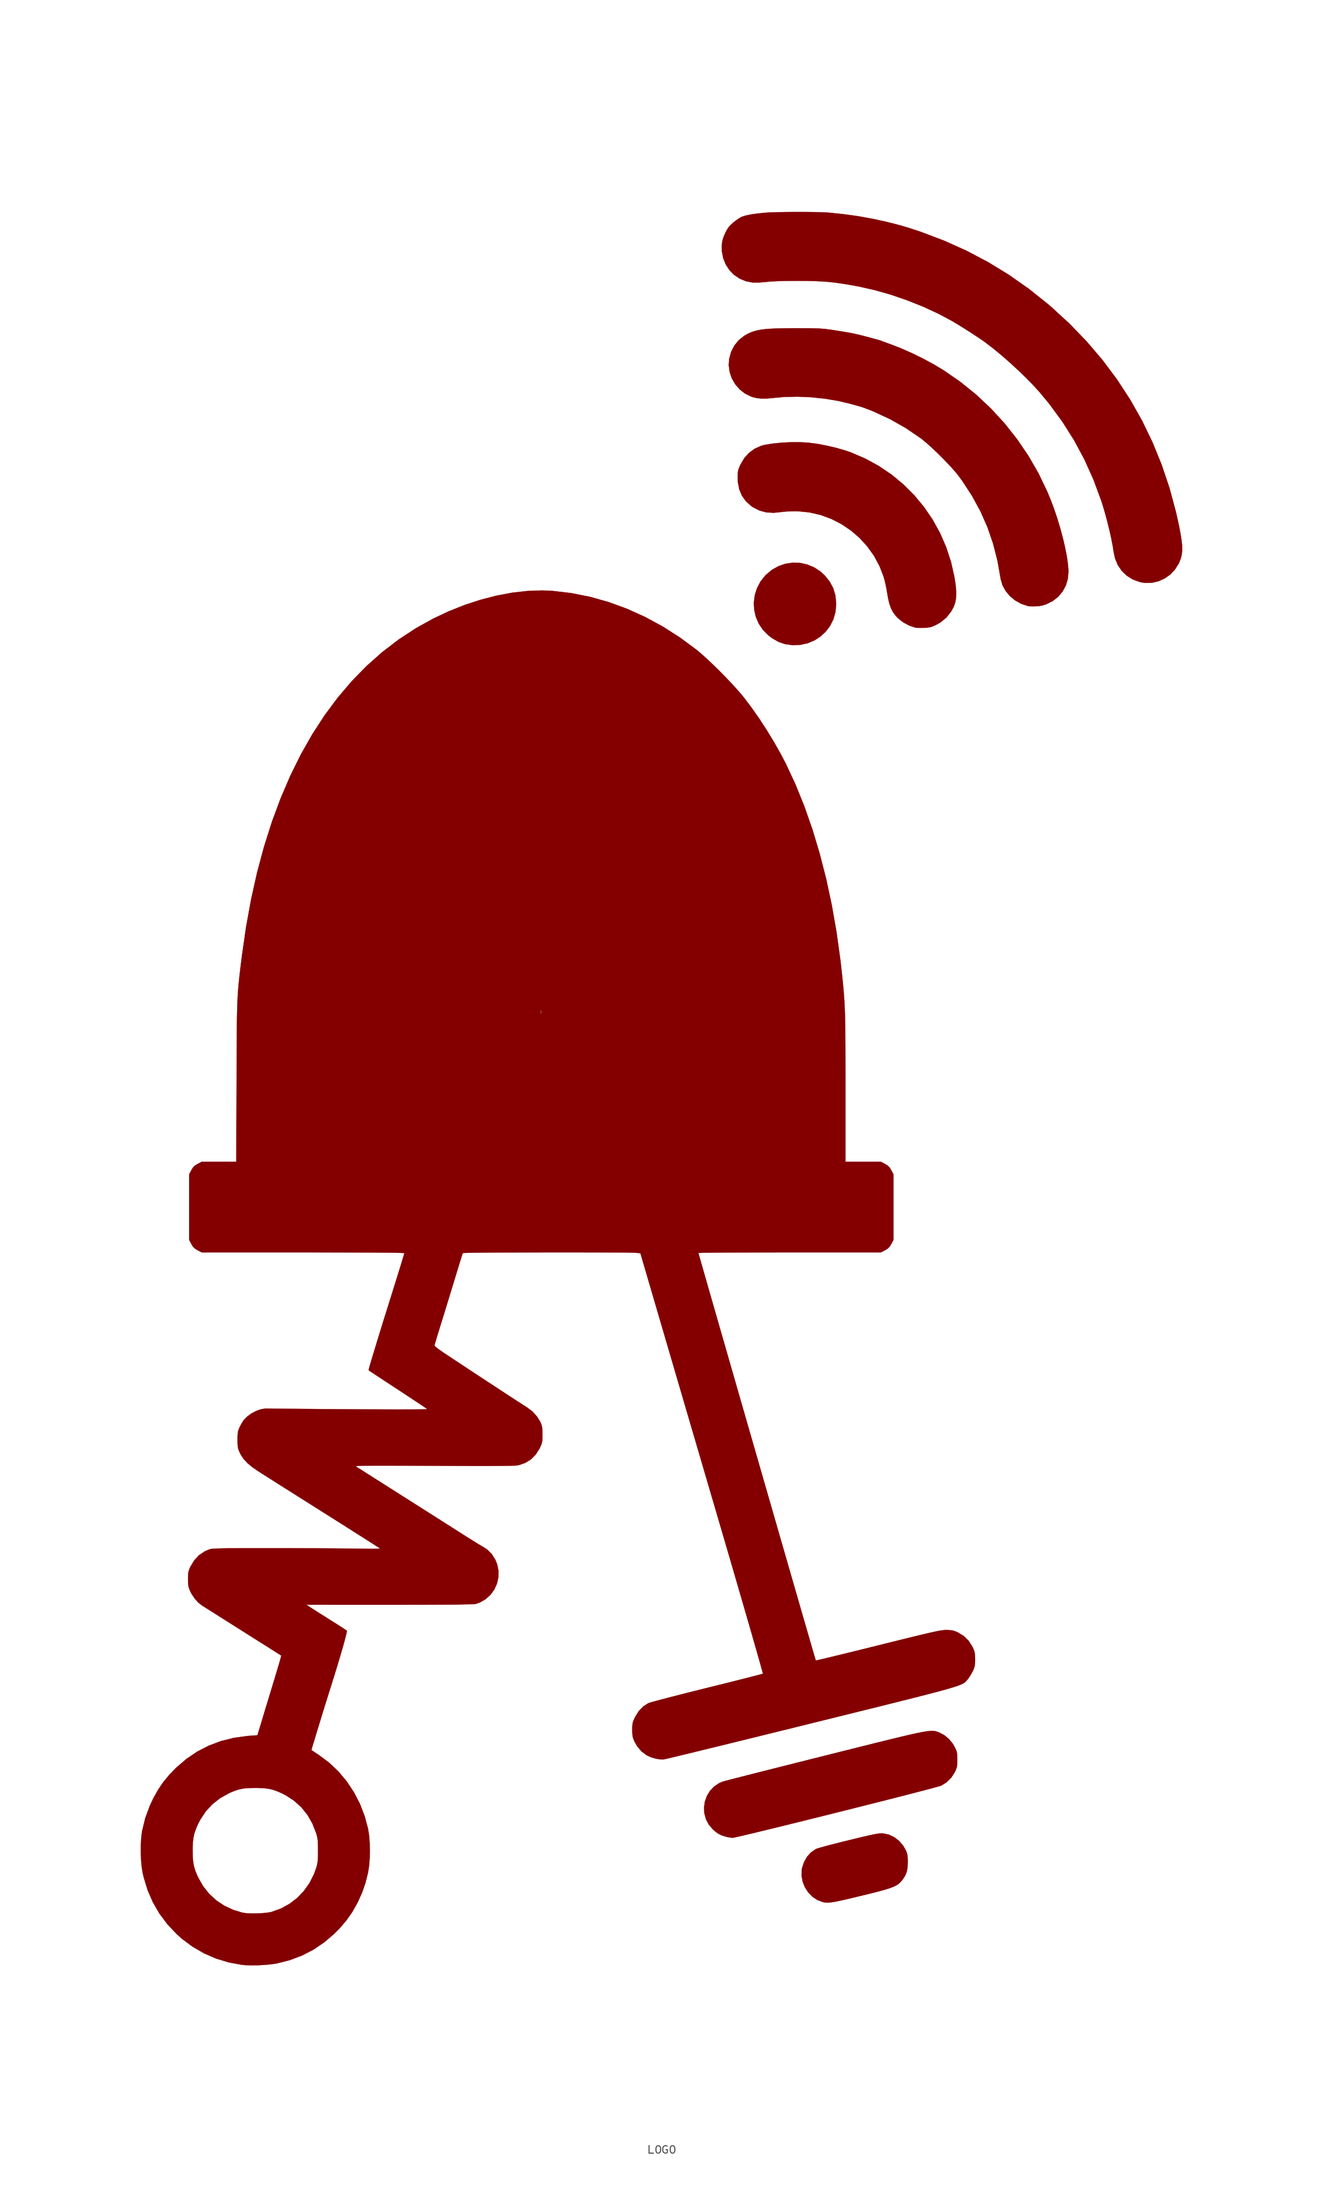
<source format=kicad_sym>
(kicad_symbol_lib
  (version 20210619)
  (generator bitmap2component)
  (symbol "LOGO"
    (pin_names
      (offset 1.016))
    (property "Reference" "#G"
      (at 0 100.965 0)
      (effects (font (size 1.27 1.27)) hide))
    (symbol "LOGO_0_0"
      (polyline (pts (xy -36.343 -93.852) (xy -35.595 -93.809) (xy -34.892 -93.739) (xy -34.29 -93.642) (xy -32.925 -93.293) (xy -31.581 -92.786) (xy -30.322 -92.134) (xy -29.144 -91.335) (xy -28.04 -90.385) (xy -27.485 -89.825) (xy -26.759 -88.98) (xy -26.135 -88.095) (xy -25.577 -87.12) (xy -25.456 -86.882) (xy -25.006 -85.876) (xy -24.654 -84.851) (xy -24.374 -83.735) (xy -24.368 -83.707) (xy -24.258 -82.995) (xy -24.192 -82.175) (xy -24.171 -81.303) (xy -24.194 -80.432) (xy -24.262 -79.616) (xy -24.374 -78.909) (xy -24.735 -77.562) (xy -25.255 -76.212) (xy -25.912 -74.939) (xy -26.697 -73.756) (xy -27.602 -72.676) (xy -28.62 -71.712) (xy -29.741 -70.874) (xy -30.052 -70.669) (xy -30.319 -70.492) (xy -30.498 -70.371) (xy -30.565 -70.324) (xy -30.556 -70.289) (xy -30.506 -70.112) (xy -30.416 -69.807) (xy -30.292 -69.393) (xy -30.14 -68.892) (xy -29.968 -68.324) (xy -29.78 -67.71) (xy -29.584 -67.07) (xy -29.386 -66.426) (xy -29.192 -65.799) (xy -29.009 -65.208) (xy -28.842 -64.674) (xy -28.699 -64.22) (xy -28.663 -64.105) (xy -28.299 -62.947) (xy -27.965 -61.871) (xy -27.664 -60.886) (xy -27.399 -60) (xy -27.172 -59.223) (xy -26.986 -58.563) (xy -26.843 -58.029) (xy -26.745 -57.63) (xy -26.696 -57.374) (xy -26.697 -57.27) (xy -26.775 -57.213) (xy -26.982 -57.076) (xy -27.294 -56.874) (xy -27.691 -56.62) (xy -28.153 -56.326) (xy -28.66 -56.007) (xy -29.085 -55.739) (xy -29.581 -55.426) (xy -30.024 -55.146) (xy -30.394 -54.911) (xy -30.666 -54.736) (xy -30.818 -54.638) (xy -31.114 -54.439) (xy -22.013 -54.44) (xy -21.326 -54.44) (xy -19.787 -54.439) (xy -18.41 -54.437) (xy -17.191 -54.433) (xy -16.126 -54.428) (xy -15.209 -54.421) (xy -14.437 -54.413) (xy -13.804 -54.403) (xy -13.306 -54.392) (xy -12.938 -54.378) (xy -12.695 -54.363) (xy -12.573 -54.347) (xy -12.121 -54.185) (xy -11.501 -53.827) (xy -10.979 -53.354) (xy -10.566 -52.788) (xy -10.274 -52.152) (xy -10.114 -51.466) (xy -10.099 -50.752) (xy -10.24 -50.032) (xy -10.439 -49.526) (xy -10.834 -48.901) (xy -11.362 -48.381) (xy -12.023 -47.967) (xy -12.089 -47.931) (xy -12.309 -47.801) (xy -12.635 -47.603) (xy -13.041 -47.351) (xy -13.503 -47.061) (xy -13.996 -46.748) (xy -14.088 -46.69) (xy -14.492 -46.432) (xy -15.018 -46.098) (xy -15.646 -45.699) (xy -16.361 -45.245) (xy -17.144 -44.747) (xy -17.979 -44.218) (xy -18.847 -43.667) (xy -19.732 -43.105) (xy -20.616 -42.545) (xy -21.141 -42.213) (xy -21.949 -41.7) (xy -22.71 -41.217) (xy -23.412 -40.772) (xy -24.043 -40.371) (xy -24.591 -40.023) (xy -25.044 -39.735) (xy -25.39 -39.515) (xy -25.617 -39.37) (xy -25.713 -39.309) (xy -25.718 -39.301) (xy -25.683 -39.285) (xy -25.572 -39.271) (xy -25.379 -39.259) (xy -25.095 -39.25) (xy -24.713 -39.242) (xy -24.224 -39.237) (xy -23.621 -39.233) (xy -22.896 -39.232) (xy -22.041 -39.232) (xy -21.048 -39.234) (xy -19.91 -39.238) (xy -18.618 -39.243) (xy -17.164 -39.251) (xy -16.804 -39.253) (xy -15.325 -39.26) (xy -14.006 -39.265) (xy -12.84 -39.268) (xy -11.819 -39.269) (xy -10.935 -39.267) (xy -10.182 -39.264) (xy -9.552 -39.258) (xy -9.036 -39.251) (xy -8.629 -39.241) (xy -8.321 -39.228) (xy -8.107 -39.213) (xy -7.978 -39.196) (xy -7.87 -39.172) (xy -7.154 -38.922) (xy -6.537 -38.534) (xy -6.021 -38.011) (xy -5.611 -37.358) (xy -5.551 -37.235) (xy -5.428 -36.968) (xy -5.352 -36.746) (xy -5.311 -36.516) (xy -5.296 -36.225) (xy -5.294 -35.818) (xy -5.298 -35.458) (xy -5.315 -35.14) (xy -5.354 -34.898) (xy -5.423 -34.682) (xy -5.531 -34.443) (xy -5.887 -33.862) (xy -6.398 -33.299) (xy -6.997 -32.851) (xy -7.073 -32.804) (xy -7.311 -32.654) (xy -7.669 -32.422) (xy -8.136 -32.12) (xy -8.698 -31.754) (xy -9.342 -31.334) (xy -10.055 -30.867) (xy -10.825 -30.363) (xy -11.637 -29.83) (xy -12.48 -29.276) (xy -13.341 -28.71) (xy -14.205 -28.14) (xy -15.062 -27.575) (xy -15.896 -27.023) (xy -16.21 -26.812) (xy -16.566 -26.562) (xy -16.849 -26.35) (xy -17.035 -26.195) (xy -17.103 -26.113) (xy -17.086 -26.034) (xy -17.024 -25.808) (xy -16.924 -25.464) (xy -16.792 -25.023) (xy -16.635 -24.509) (xy -16.46 -23.944) (xy -16.391 -23.722) (xy -16.187 -23.064) (xy -15.951 -22.299) (xy -15.695 -21.467) (xy -15.432 -20.61) (xy -15.174 -19.765) (xy -14.933 -18.974) (xy -14.739 -18.336) (xy -14.547 -17.711) (xy -14.376 -17.154) (xy -14.23 -16.686) (xy -14.116 -16.322) (xy -14.038 -16.084) (xy -14.004 -15.989) (xy -13.987 -15.985) (xy -13.831 -15.976) (xy -13.521 -15.967) (xy -13.067 -15.959) (xy -12.48 -15.951) (xy -11.771 -15.944) (xy -10.95 -15.937) (xy -10.028 -15.931) (xy -9.017 -15.927) (xy -7.925 -15.923) (xy -6.765 -15.92) (xy -5.547 -15.918) (xy -4.281 -15.917) (xy -3.564 -15.917) (xy -2.152 -15.918) (xy -0.896 -15.918) (xy 0.212 -15.919) (xy 1.184 -15.921) (xy 2.026 -15.924) (xy 2.75 -15.927) (xy 3.363 -15.931) (xy 3.875 -15.937) (xy 4.295 -15.944) (xy 4.632 -15.953) (xy 4.895 -15.963) (xy 5.094 -15.975) (xy 5.238 -15.989) (xy 5.335 -16.004) (xy 5.395 -16.022) (xy 5.426 -16.043) (xy 5.439 -16.066) (xy 5.445 -16.086) (xy 5.495 -16.257) (xy 5.59 -16.585) (xy 5.731 -17.067) (xy 5.915 -17.698) (xy 6.143 -18.474) (xy 6.411 -19.392) (xy 6.72 -20.447) (xy 7.069 -21.636) (xy 7.455 -22.954) (xy 7.878 -24.398) (xy 8.337 -25.963) (xy 8.83 -27.646) (xy 9.357 -29.443) (xy 9.916 -31.349) (xy 10.506 -33.361) (xy 11.126 -35.474) (xy 11.775 -37.686) (xy 12.451 -39.991) (xy 13.154 -42.386) (xy 13.882 -44.867) (xy 14.285 -46.242) (xy 14.758 -47.859) (xy 15.217 -49.428) (xy 15.658 -50.939) (xy 16.079 -52.386) (xy 16.479 -53.761) (xy 16.855 -55.056) (xy 17.205 -56.264) (xy 17.526 -57.378) (xy 17.817 -58.39) (xy 18.076 -59.292) (xy 18.299 -60.076) (xy 18.486 -60.736) (xy 18.633 -61.264) (xy 18.74 -61.652) (xy 18.802 -61.892) (xy 18.82 -61.978) (xy 18.735 -62.006) (xy 18.498 -62.071) (xy 18.122 -62.169) (xy 17.62 -62.299) (xy 17.005 -62.456) (xy 16.291 -62.636) (xy 15.489 -62.838) (xy 14.614 -63.057) (xy 13.678 -63.29) (xy 12.694 -63.533) (xy 11.789 -63.758) (xy 10.833 -63.997) (xy 9.931 -64.225) (xy 9.096 -64.439) (xy 8.343 -64.633) (xy 7.685 -64.806) (xy 7.137 -64.953) (xy 6.711 -65.07) (xy 6.422 -65.155) (xy 6.284 -65.203) (xy 5.747 -65.546) (xy 5.25 -66.052) (xy 4.849 -66.697) (xy 4.733 -66.937) (xy 4.622 -67.206) (xy 4.561 -67.447) (xy 4.535 -67.727) (xy 4.53 -68.11) (xy 4.531 -68.273) (xy 4.544 -68.622) (xy 4.585 -68.889) (xy 4.665 -69.14) (xy 4.797 -69.439) (xy 5.056 -69.897) (xy 5.53 -70.46) (xy 6.111 -70.897) (xy 6.535 -71.097) (xy 7.041 -71.254) (xy 7.544 -71.342) (xy 7.978 -71.345) (xy 7.98 -71.345) (xy 8.11 -71.318) (xy 8.395 -71.253) (xy 8.828 -71.15) (xy 9.4 -71.014) (xy 10.104 -70.844) (xy 10.93 -70.644) (xy 11.871 -70.415) (xy 12.918 -70.159) (xy 14.064 -69.879) (xy 15.3 -69.576) (xy 16.617 -69.253) (xy 18.008 -68.911) (xy 19.464 -68.552) (xy 20.978 -68.179) (xy 22.54 -67.793) (xy 24.143 -67.397) (xy 24.89 -67.212) (xy 26.763 -66.749) (xy 28.48 -66.323) (xy 30.049 -65.935) (xy 31.478 -65.58) (xy 32.773 -65.258) (xy 33.94 -64.966) (xy 34.988 -64.703) (xy 35.922 -64.466) (xy 36.75 -64.254) (xy 37.479 -64.064) (xy 38.115 -63.895) (xy 38.666 -63.745) (xy 39.138 -63.612) (xy 39.539 -63.493) (xy 39.875 -63.388) (xy 40.154 -63.294) (xy 40.382 -63.208) (xy 40.565 -63.13) (xy 40.712 -63.056) (xy 40.829 -62.986) (xy 40.923 -62.918) (xy 41.001 -62.848) (xy 41.07 -62.776) (xy 41.136 -62.7) (xy 41.207 -62.617) (xy 41.375 -62.396) (xy 41.588 -62.063) (xy 41.772 -61.722) (xy 41.827 -61.606) (xy 41.938 -61.337) (xy 42.001 -61.09) (xy 42.029 -60.803) (xy 42.036 -60.41) (xy 42.035 -60.25) (xy 42.022 -59.902) (xy 41.982 -59.634) (xy 41.901 -59.382) (xy 41.768 -59.08) (xy 41.731 -59.005) (xy 41.324 -58.374) (xy 40.795 -57.858) (xy 40.158 -57.469) (xy 39.913 -57.36) (xy 39.618 -57.264) (xy 39.311 -57.216) (xy 38.914 -57.2) (xy 38.897 -57.2) (xy 38.76 -57.202) (xy 38.609 -57.212) (xy 38.431 -57.233) (xy 38.214 -57.266) (xy 37.949 -57.315) (xy 37.622 -57.382) (xy 37.222 -57.47) (xy 36.739 -57.581) (xy 36.161 -57.718) (xy 35.475 -57.883) (xy 34.671 -58.08) (xy 33.738 -58.31) (xy 32.663 -58.576) (xy 31.435 -58.881) (xy 30.847 -59.027) (xy 29.831 -59.279) (xy 28.87 -59.516) (xy 27.976 -59.735) (xy 27.16 -59.934) (xy 26.436 -60.11) (xy 25.815 -60.259) (xy 25.31 -60.379) (xy 24.933 -60.466) (xy 24.695 -60.518) (xy 24.61 -60.532) (xy 24.604 -60.515) (xy 24.558 -60.362) (xy 24.468 -60.057) (xy 24.337 -59.61) (xy 24.168 -59.027) (xy 23.962 -58.318) (xy 23.722 -57.489) (xy 23.45 -56.55) (xy 23.148 -55.508) (xy 22.819 -54.371) (xy 22.466 -53.147) (xy 22.089 -51.845) (xy 21.693 -50.472) (xy 21.278 -49.036) (xy 20.848 -47.545) (xy 20.404 -46.009) (xy 19.95 -44.433) (xy 19.487 -42.827) (xy 19.017 -41.199) (xy 18.544 -39.556) (xy 18.068 -37.907) (xy 17.594 -36.26) (xy 17.122 -34.622) (xy 16.655 -33.002) (xy 16.196 -31.409) (xy 15.747 -29.848) (xy 15.31 -28.33) (xy 14.887 -26.862) (xy 14.482 -25.452) (xy 14.095 -24.108) (xy 13.73 -22.837) (xy 13.389 -21.649) (xy 13.073 -20.552) (xy 12.787 -19.552) (xy 12.53 -18.659) (xy 12.307 -17.88) (xy 12.12 -17.223) (xy 11.97 -16.697) (xy 11.86 -16.309) (xy 11.792 -16.068) (xy 11.769 -15.981) (xy 11.8 -15.976) (xy 11.982 -15.968) (xy 12.317 -15.96) (xy 12.793 -15.953) (xy 13.401 -15.946) (xy 14.13 -15.94) (xy 14.97 -15.934) (xy 15.91 -15.929) (xy 16.94 -15.925) (xy 18.05 -15.922) (xy 19.228 -15.919) (xy 20.465 -15.918) (xy 21.75 -15.917) (xy 31.731 -15.917) (xy 32.182 -15.681) (xy 32.468 -15.509) (xy 32.683 -15.299) (xy 32.869 -14.995) (xy 33.105 -14.543) (xy 33.105 -7.385) (xy 32.869 -6.934) (xy 32.696 -6.648) (xy 32.486 -6.433) (xy 32.182 -6.247) (xy 31.731 -6.011) (xy 27.855 -6.011) (xy 27.855 2.068) (xy 27.855 3.193) (xy 27.854 4.513) (xy 27.852 5.688) (xy 27.848 6.734) (xy 27.842 7.664) (xy 27.833 8.492) (xy 27.822 9.232) (xy 27.806 9.9) (xy 27.787 10.508) (xy 27.763 11.071) (xy 27.734 11.603) (xy 27.699 12.119) (xy 27.659 12.632) (xy 27.612 13.157) (xy 27.558 13.708) (xy 27.497 14.299) (xy 27.428 14.944) (xy 27.303 16.039) (xy 26.882 19.087) (xy 26.362 22.05) (xy 25.747 24.92) (xy 25.038 27.686) (xy 24.239 30.341) (xy 23.351 32.873) (xy 22.378 35.276) (xy 21.321 37.539) (xy 20.831 38.478) (xy 20.085 39.803) (xy 19.272 41.141) (xy 18.421 42.447) (xy 17.559 43.678) (xy 16.715 44.789) (xy 16.446 45.115) (xy 15.929 45.708) (xy 15.331 46.358) (xy 14.68 47.04) (xy 14.002 47.726) (xy 13.323 48.389) (xy 12.672 49.002) (xy 12.074 49.538) (xy 11.557 49.971) (xy 9.741 51.314) (xy 7.865 52.511) (xy 5.937 53.556) (xy 3.966 54.447) (xy 1.958 55.181) (xy -0.079 55.754) (xy -2.138 56.164) (xy -4.212 56.408) (xy -5.34 56.455) (xy -6.944 56.398) (xy -8.609 56.208) (xy -10.318 55.887) (xy -12.052 55.44) (xy -13.794 54.871) (xy -15.526 54.184) (xy -17.23 53.383) (xy -19.146 52.32) (xy -21.035 51.082) (xy -22.835 49.702) (xy -24.546 48.181) (xy -26.166 46.522) (xy -27.694 44.727) (xy -29.13 42.796) (xy -30.472 40.731) (xy -31.72 38.535) (xy -32.872 36.209) (xy -33.927 33.754) (xy -34.886 31.172) (xy -35.745 28.466) (xy -36.506 25.637) (xy -37.166 22.685) (xy -37.724 19.614) (xy -38.181 16.425) (xy -38.223 16.09) (xy -38.302 15.451) (xy -38.373 14.872) (xy -38.435 14.339) (xy -38.489 13.839) (xy -38.536 13.358) (xy -38.577 12.883) (xy -38.611 12.4) (xy -38.641 11.897) (xy -38.665 11.358) (xy -38.685 10.771) (xy -38.694 10.372) (xy -5.482 10.372) (xy -5.48 10.464) (xy -5.466 10.566) (xy -5.444 10.519) (xy -5.429 10.384) (xy -5.445 10.18) (xy -5.456 10.152) (xy -5.475 10.197) (xy -5.482 10.372) (xy -38.694 10.372) (xy -38.701 10.123) (xy -38.713 9.4) (xy -38.724 8.588) (xy -38.732 7.675) (xy -38.738 6.645) (xy -38.744 5.487) (xy -38.749 4.187) (xy -38.754 2.731) (xy -38.786 -6.011) (xy -42.568 -6.011) (xy -43.019 -6.247) (xy -43.305 -6.42) (xy -43.52 -6.63) (xy -43.706 -6.934) (xy -43.942 -7.385) (xy -43.942 -14.543) (xy -43.706 -14.995) (xy -43.533 -15.281) (xy -43.323 -15.495) (xy -43.019 -15.681) (xy -42.568 -15.917) (xy -31.243 -15.917) (xy -29.867 -15.918) (xy -28.547 -15.92) (xy -27.292 -15.923) (xy -26.111 -15.926) (xy -25.015 -15.931) (xy -24.012 -15.936) (xy -23.111 -15.942) (xy -22.324 -15.949) (xy -21.658 -15.956) (xy -21.124 -15.964) (xy -20.731 -15.973) (xy -20.488 -15.981) (xy -20.405 -15.991) (xy -20.417 -16.048) (xy -20.472 -16.247) (xy -20.564 -16.56) (xy -20.683 -16.956) (xy -20.822 -17.409) (xy -21.045 -18.125) (xy -21.437 -19.385) (xy -21.782 -20.494) (xy -22.084 -21.459) (xy -22.344 -22.288) (xy -22.565 -22.987) (xy -22.582 -23.042) (xy -22.713 -23.46) (xy -22.876 -23.985) (xy -23.061 -24.585) (xy -23.259 -25.233) (xy -23.462 -25.897) (xy -23.66 -26.548) (xy -23.844 -27.156) (xy -24.005 -27.692) (xy -24.135 -28.126) (xy -24.223 -28.427) (xy -24.251 -28.53) (xy -24.292 -28.727) (xy -24.292 -28.819) (xy -24.251 -28.847) (xy -24.082 -28.959) (xy -23.797 -29.148) (xy -23.41 -29.403) (xy -22.934 -29.716) (xy -22.385 -30.076) (xy -21.777 -30.475) (xy -21.124 -30.902) (xy -20.662 -31.205) (xy -20.036 -31.617) (xy -19.462 -31.995) (xy -18.956 -32.33) (xy -18.533 -32.612) (xy -18.207 -32.831) (xy -17.994 -32.976) (xy -17.907 -33.039) (xy -17.919 -33.048) (xy -18.057 -33.062) (xy -18.35 -33.073) (xy -18.799 -33.081) (xy -19.406 -33.087) (xy -20.173 -33.09) (xy -21.101 -33.091) (xy -22.192 -33.089) (xy -23.448 -33.084) (xy -24.869 -33.077) (xy -26.458 -33.066) (xy -27.277 -33.061) (xy -28.453 -33.052) (xy -29.578 -33.044) (xy -30.641 -33.035) (xy -31.63 -33.028) (xy -32.532 -33.02) (xy -33.337 -33.013) (xy -34.032 -33.006) (xy -34.605 -33.001) (xy -35.045 -32.995) (xy -35.339 -32.991) (xy -35.475 -32.988) (xy -35.599 -32.987) (xy -36.09 -33.066) (xy -36.619 -33.255) (xy -37.139 -33.531) (xy -37.604 -33.87) (xy -37.968 -34.248) (xy -38.078 -34.408) (xy -38.259 -34.713) (xy -38.423 -35.032) (xy -38.504 -35.216) (xy -38.581 -35.439) (xy -38.625 -35.678) (xy -38.645 -35.983) (xy -38.65 -36.407) (xy -38.646 -36.818) (xy -38.628 -37.119) (xy -38.585 -37.355) (xy -38.509 -37.58) (xy -38.389 -37.846) (xy -38.263 -38.088) (xy -37.954 -38.54) (xy -37.55 -38.971) (xy -37.027 -39.402) (xy -36.364 -39.856) (xy -36.333 -39.876) (xy -36.133 -40.004) (xy -35.939 -40.128) (xy -35.742 -40.253) (xy -35.533 -40.386) (xy -35.3 -40.534) (xy -35.035 -40.702) (xy -34.727 -40.897) (xy -34.365 -41.126) (xy -33.941 -41.394) (xy -33.444 -41.708) (xy -32.863 -42.075) (xy -32.189 -42.5) (xy -31.413 -42.991) (xy -30.523 -43.552) (xy -29.51 -44.192) (xy -28.363 -44.915) (xy -27.605 -45.394) (xy -26.788 -45.91) (xy -26.024 -46.395) (xy -25.322 -46.84) (xy -24.694 -47.238) (xy -24.152 -47.583) (xy -23.707 -47.867) (xy -23.371 -48.083) (xy -23.155 -48.222) (xy -23.072 -48.279) (xy -23.081 -48.292) (xy -23.224 -48.311) (xy -23.516 -48.322) (xy -23.946 -48.326) (xy -24.501 -48.322) (xy -25.169 -48.311) (xy -25.241 -48.309) (xy -25.707 -48.302) (xy -26.321 -48.295) (xy -27.063 -48.288) (xy -27.917 -48.281) (xy -28.864 -48.275) (xy -29.886 -48.27) (xy -30.964 -48.266) (xy -32.08 -48.262) (xy -33.217 -48.26) (xy -34.356 -48.258) (xy -35.284 -48.257) (xy -36.438 -48.257) (xy -37.441 -48.258) (xy -38.306 -48.26) (xy -39.042 -48.263) (xy -39.661 -48.268) (xy -40.175 -48.274) (xy -40.593 -48.283) (xy -40.929 -48.294) (xy -41.191 -48.306) (xy -41.392 -48.322) (xy -41.543 -48.34) (xy -41.655 -48.361) (xy -41.738 -48.386) (xy -42.254 -48.611) (xy -42.877 -49.036) (xy -43.392 -49.59) (xy -43.801 -50.277) (xy -43.888 -50.467) (xy -43.985 -50.718) (xy -44.039 -50.958) (xy -44.062 -51.248) (xy -44.067 -51.647) (xy -44.064 -51.882) (xy -44.048 -52.218) (xy -44.007 -52.479) (xy -43.927 -52.724) (xy -43.799 -53.017) (xy -43.677 -53.253) (xy -43.333 -53.77) (xy -42.932 -54.215) (xy -42.514 -54.54) (xy -42.408 -54.604) (xy -42.154 -54.762) (xy -41.811 -54.978) (xy -41.408 -55.232) (xy -40.979 -55.504) (xy -40.96 -55.516) (xy -40.597 -55.745) (xy -40.118 -56.049) (xy -39.546 -56.411) (xy -38.906 -56.815) (xy -38.224 -57.245) (xy -37.524 -57.687) (xy -36.83 -58.125) (xy -36.566 -58.292) (xy -35.95 -58.68) (xy -35.386 -59.036) (xy -34.889 -59.35) (xy -34.475 -59.613) (xy -34.158 -59.814) (xy -33.954 -59.944) (xy -33.879 -59.993) (xy -33.876 -59.998) (xy -33.883 -60.06) (xy -33.915 -60.199) (xy -33.976 -60.428) (xy -34.07 -60.757) (xy -34.201 -61.2) (xy -34.371 -61.769) (xy -34.584 -62.475) (xy -34.844 -63.331) (xy -34.872 -63.424) (xy -35.045 -63.992) (xy -35.248 -64.662) (xy -35.466 -65.38) (xy -35.684 -66.097) (xy -35.884 -66.76) (xy -36.473 -68.707) (xy -37.308 -68.766) (xy -37.543 -68.784) (xy -39.045 -68.99) (xy -40.467 -69.345) (xy -41.809 -69.849) (xy -43.072 -70.503) (xy -44.257 -71.306) (xy -45.366 -72.26) (xy -46.12 -73.035) (xy -46.776 -73.83) (xy -47.347 -74.675) (xy -47.874 -75.622) (xy -48.263 -76.451) (xy -48.74 -77.753) (xy -49.078 -79.121) (xy -49.116 -79.343) (xy -49.19 -80.011) (xy -49.228 -80.774) (xy -49.229 -81.322) (xy -43.561 -81.322) (xy -43.56 -81.092) (xy -43.537 -80.455) (xy -43.476 -79.92) (xy -43.369 -79.436) (xy -43.203 -78.954) (xy -42.971 -78.423) (xy -42.712 -77.923) (xy -42.116 -77.027) (xy -41.403 -76.253) (xy -40.571 -75.599) (xy -39.617 -75.061) (xy -39.423 -74.972) (xy -38.911 -74.762) (xy -38.434 -74.616) (xy -37.941 -74.525) (xy -37.38 -74.478) (xy -36.703 -74.464) (xy -36.452 -74.466) (xy -35.821 -74.49) (xy -35.29 -74.551) (xy -34.807 -74.66) (xy -34.324 -74.826) (xy -33.789 -75.061) (xy -33.355 -75.284) (xy -32.45 -75.879) (xy -31.662 -76.594) (xy -30.996 -77.425) (xy -30.456 -78.369) (xy -30.044 -79.42) (xy -30.005 -79.548) (xy -29.936 -79.815) (xy -29.889 -80.084) (xy -29.862 -80.397) (xy -29.849 -80.796) (xy -29.845 -81.322) (xy -29.846 -81.573) (xy -29.853 -82.038) (xy -29.872 -82.394) (xy -29.907 -82.683) (xy -29.963 -82.945) (xy -30.044 -83.224) (xy -30.29 -83.898) (xy -30.784 -84.871) (xy -31.404 -85.744) (xy -32.139 -86.505) (xy -32.978 -87.145) (xy -33.91 -87.653) (xy -34.925 -88.019) (xy -35.161 -88.07) (xy -35.615 -88.131) (xy -36.15 -88.171) (xy -36.715 -88.191) (xy -37.261 -88.187) (xy -37.74 -88.159) (xy -38.1 -88.106) (xy -39.113 -87.8) (xy -40.1 -87.341) (xy -40.985 -86.751) (xy -41.761 -86.033) (xy -42.422 -85.193) (xy -42.964 -84.236) (xy -43.053 -84.042) (xy -43.264 -83.531) (xy -43.409 -83.053) (xy -43.501 -82.56) (xy -43.548 -82) (xy -43.561 -81.322) (xy -49.229 -81.322) (xy -49.23 -81.579) (xy -49.198 -82.375) (xy -49.131 -83.111) (xy -49.031 -83.735) (xy -48.921 -84.215) (xy -48.489 -85.634) (xy -47.916 -86.959) (xy -47.201 -88.196) (xy -46.339 -89.35) (xy -45.329 -90.424) (xy -44.721 -90.969) (xy -43.563 -91.829) (xy -42.319 -92.548) (xy -40.999 -93.121) (xy -39.614 -93.543) (xy -38.177 -93.807) (xy -37.751 -93.845) (xy -37.081 -93.865) (xy -36.343 -93.852)) (stroke (width 0.01)) (fill (type outline)))
      (polyline (pts (xy 26.196 -86.989) (xy 26.497 -86.947) (xy 26.873 -86.878) (xy 27.342 -86.78) (xy 27.921 -86.649) (xy 28.63 -86.483) (xy 29.484 -86.278) (xy 29.826 -86.196) (xy 30.7 -85.982) (xy 31.43 -85.796) (xy 32.032 -85.632) (xy 32.521 -85.486) (xy 32.915 -85.35) (xy 33.228 -85.218) (xy 33.477 -85.087) (xy 33.677 -84.948) (xy 33.844 -84.797) (xy 33.995 -84.628) (xy 34.124 -84.465) (xy 34.389 -84.057) (xy 34.557 -83.644) (xy 34.645 -83.173) (xy 34.671 -82.592) (xy 34.67 -82.358) (xy 34.656 -82.008) (xy 34.62 -81.745) (xy 34.553 -81.514) (xy 34.444 -81.261) (xy 34.189 -80.811) (xy 33.742 -80.276) (xy 33.206 -79.857) (xy 32.605 -79.572) (xy 31.962 -79.438) (xy 31.951 -79.437) (xy 31.798 -79.432) (xy 31.621 -79.441) (xy 31.402 -79.467) (xy 31.124 -79.513) (xy 30.769 -79.584) (xy 30.32 -79.683) (xy 29.76 -79.813) (xy 29.07 -79.977) (xy 28.234 -80.18) (xy 28.111 -80.21) (xy 27.388 -80.389) (xy 26.708 -80.561) (xy 26.09 -80.721) (xy 25.556 -80.864) (xy 25.124 -80.984) (xy 24.817 -81.075) (xy 24.654 -81.133) (xy 24.578 -81.171) (xy 24.072 -81.521) (xy 23.645 -82.002) (xy 23.315 -82.585) (xy 23.102 -83.245) (xy 23.075 -83.395) (xy 23.049 -84.056) (xy 23.168 -84.709) (xy 23.415 -85.327) (xy 23.775 -85.885) (xy 24.233 -86.357) (xy 24.772 -86.719) (xy 25.378 -86.945) (xy 25.388 -86.948) (xy 25.566 -86.984) (xy 25.749 -87.004) (xy 25.953 -87.007) (xy 26.196 -86.989)) (stroke (width 0.01)) (fill (type outline)))
      (polyline (pts (xy 15.635 -79.901) (xy 15.91 -79.843) (xy 16.326 -79.749) (xy 16.872 -79.622) (xy 17.534 -79.464) (xy 18.303 -79.279) (xy 19.166 -79.07) (xy 20.111 -78.839) (xy 21.127 -78.59) (xy 22.202 -78.325) (xy 23.325 -78.047) (xy 24.483 -77.76) (xy 25.665 -77.466) (xy 26.86 -77.167) (xy 28.055 -76.868) (xy 29.239 -76.57) (xy 30.4 -76.278) (xy 31.527 -75.993) (xy 32.607 -75.719) (xy 33.63 -75.458) (xy 34.583 -75.214) (xy 35.455 -74.989) (xy 36.234 -74.787) (xy 36.909 -74.61) (xy 37.467 -74.461) (xy 37.897 -74.344) (xy 38.188 -74.26) (xy 38.327 -74.213) (xy 38.359 -74.199) (xy 38.939 -73.835) (xy 39.433 -73.34) (xy 39.815 -72.741) (xy 39.914 -72.532) (xy 40.008 -72.291) (xy 40.062 -72.057) (xy 40.085 -71.77) (xy 40.09 -71.374) (xy 40.087 -71.074) (xy 40.07 -70.763) (xy 40.027 -70.521) (xy 39.945 -70.287) (xy 39.812 -70.003) (xy 39.597 -69.632) (xy 39.172 -69.115) (xy 38.667 -68.696) (xy 38.122 -68.41) (xy 38.099 -68.402) (xy 37.968 -68.352) (xy 37.844 -68.308) (xy 37.721 -68.272) (xy 37.588 -68.245) (xy 37.438 -68.23) (xy 37.262 -68.227) (xy 37.051 -68.24) (xy 36.797 -68.269) (xy 36.491 -68.316) (xy 36.124 -68.383) (xy 35.687 -68.471) (xy 35.173 -68.584) (xy 34.572 -68.721) (xy 33.876 -68.885) (xy 33.076 -69.079) (xy 32.164 -69.302) (xy 31.13 -69.558) (xy 29.967 -69.847) (xy 28.665 -70.173) (xy 27.216 -70.535) (xy 25.612 -70.937) (xy 25.215 -71.037) (xy 23.898 -71.367) (xy 22.626 -71.686) (xy 21.408 -71.993) (xy 20.255 -72.284) (xy 19.175 -72.556) (xy 18.18 -72.808) (xy 17.279 -73.037) (xy 16.483 -73.24) (xy 15.8 -73.415) (xy 15.242 -73.558) (xy 14.818 -73.669) (xy 14.539 -73.743) (xy 14.414 -73.779) (xy 14.012 -73.955) (xy 13.462 -74.331) (xy 13.019 -74.806) (xy 12.688 -75.357) (xy 12.474 -75.962) (xy 12.382 -76.597) (xy 12.417 -77.24) (xy 12.583 -77.867) (xy 12.886 -78.455) (xy 13.329 -78.981) (xy 13.582 -79.208) (xy 13.934 -79.467) (xy 14.302 -79.65) (xy 14.752 -79.794) (xy 14.91 -79.833) (xy 15.242 -79.893) (xy 15.513 -79.92) (xy 15.635 -79.901)) (stroke (width 0.01)) (fill (type outline)))
      (polyline (pts (xy 22.93 50.505) (xy 23.724 50.682) (xy 24.461 50.991) (xy 25.125 51.418) (xy 25.703 51.953) (xy 26.178 52.584) (xy 26.535 53.299) (xy 26.761 54.087) (xy 26.839 54.936) (xy 26.838 55.062) (xy 26.751 55.919) (xy 26.521 56.694) (xy 26.141 57.407) (xy 25.604 58.077) (xy 25.135 58.511) (xy 24.437 58.972) (xy 23.684 59.289) (xy 22.896 59.463) (xy 22.095 59.491) (xy 21.298 59.375) (xy 20.528 59.114) (xy 19.803 58.707) (xy 19.144 58.155) (xy 19.078 58.087) (xy 18.553 57.422) (xy 18.171 56.693) (xy 17.931 55.922) (xy 17.831 55.129) (xy 17.87 54.334) (xy 18.049 53.559) (xy 18.365 52.822) (xy 18.819 52.147) (xy 19.409 51.552) (xy 19.815 51.242) (xy 20.531 50.828) (xy 21.251 50.583) (xy 22.093 50.469) (xy 22.93 50.505)) (stroke (width 0.01)) (fill (type outline)))
      (polyline (pts (xy 36.417 52.366) (xy 36.468 52.367) (xy 36.85 52.389) (xy 37.145 52.438) (xy 37.427 52.533) (xy 37.772 52.689) (xy 38.292 52.988) (xy 38.909 53.504) (xy 39.412 54.144) (xy 39.684 54.633) (xy 39.868 55.135) (xy 39.963 55.675) (xy 39.975 56.291) (xy 39.911 57.023) (xy 39.778 57.91) (xy 39.401 59.581) (xy 38.873 61.192) (xy 38.2 62.735) (xy 37.39 64.2) (xy 36.449 65.579) (xy 35.384 66.863) (xy 34.202 68.043) (xy 32.911 69.111) (xy 31.516 70.056) (xy 30.027 70.871) (xy 28.448 71.547) (xy 27.805 71.767) (xy 26.821 72.049) (xy 25.781 72.293) (xy 24.75 72.485) (xy 23.791 72.61) (xy 23.756 72.614) (xy 22.868 72.663) (xy 21.89 72.661) (xy 20.886 72.611) (xy 19.919 72.515) (xy 19.053 72.377) (xy 18.613 72.261) (xy 17.915 71.943) (xy 17.295 71.487) (xy 16.774 70.906) (xy 16.368 70.216) (xy 16.248 69.95) (xy 16.147 69.681) (xy 16.091 69.434) (xy 16.067 69.145) (xy 16.063 68.749) (xy 16.083 68.309) (xy 16.231 67.519) (xy 16.522 66.818) (xy 16.954 66.209) (xy 17.529 65.692) (xy 17.758 65.536) (xy 18.443 65.189) (xy 19.181 64.991) (xy 19.985 64.938) (xy 20.87 65.028) (xy 21.071 65.055) (xy 21.455 65.086) (xy 21.904 65.106) (xy 22.356 65.114) (xy 22.709 65.106) (xy 23.958 64.977) (xy 25.172 64.691) (xy 26.337 64.258) (xy 27.439 63.689) (xy 28.467 62.992) (xy 29.407 62.178) (xy 30.247 61.255) (xy 30.974 60.233) (xy 31.574 59.123) (xy 32.035 57.932) (xy 32.128 57.597) (xy 32.237 57.13) (xy 32.341 56.617) (xy 32.426 56.119) (xy 32.511 55.625) (xy 32.652 55.019) (xy 32.824 54.522) (xy 33.042 54.098) (xy 33.318 53.714) (xy 33.585 53.426) (xy 34.16 52.971) (xy 34.82 52.614) (xy 35.518 52.383) (xy 35.553 52.378) (xy 35.757 52.365) (xy 36.062 52.361) (xy 36.417 52.366)) (stroke (width 0.01)) (fill (type outline)))
      (polyline (pts (xy 48.628 54.712) (xy 49.061 54.748) (xy 49.423 54.815) (xy 49.813 54.939) (xy 50.519 55.288) (xy 51.121 55.758) (xy 51.608 56.333) (xy 51.966 56.997) (xy 52.184 57.735) (xy 52.25 58.53) (xy 52.248 58.638) (xy 52.19 59.36) (xy 52.066 60.204) (xy 51.884 61.143) (xy 51.649 62.15) (xy 51.368 63.2) (xy 51.048 64.265) (xy 50.695 65.319) (xy 50.316 66.336) (xy 49.927 67.274) (xy 48.97 69.263) (xy 47.867 71.175) (xy 46.626 73.001) (xy 45.255 74.731) (xy 43.759 76.356) (xy 42.148 77.868) (xy 40.429 79.257) (xy 38.608 80.515) (xy 37.56 81.145) (xy 36.355 81.797) (xy 35.103 82.41) (xy 33.86 82.956) (xy 32.681 83.409) (xy 32.544 83.457) (xy 32.213 83.576) (xy 31.947 83.674) (xy 31.792 83.734) (xy 31.649 83.788) (xy 31.411 83.861) (xy 31.208 83.915) (xy 30.946 83.985) (xy 30.691 84.055) (xy 30.092 84.215) (xy 29.586 84.346) (xy 29.136 84.454) (xy 28.703 84.548) (xy 28.253 84.636) (xy 27.746 84.724) (xy 27.146 84.821) (xy 26.416 84.935) (xy 26.275 84.957) (xy 25.921 85.006) (xy 25.585 85.045) (xy 25.239 85.075) (xy 24.857 85.096) (xy 24.413 85.11) (xy 23.879 85.118) (xy 23.229 85.122) (xy 22.437 85.123) (xy 22.164 85.122) (xy 21.206 85.115) (xy 20.393 85.099) (xy 19.707 85.07) (xy 19.128 85.027) (xy 18.639 84.968) (xy 18.219 84.891) (xy 17.851 84.793) (xy 17.514 84.673) (xy 17.191 84.527) (xy 16.806 84.312) (xy 16.189 83.826) (xy 15.7 83.233) (xy 15.346 82.54) (xy 15.132 81.754) (xy 15.084 81.082) (xy 15.18 80.347) (xy 15.418 79.647) (xy 15.786 79.004) (xy 16.27 78.441) (xy 16.856 77.982) (xy 17.53 77.651) (xy 17.738 77.582) (xy 18.216 77.471) (xy 18.737 77.424) (xy 19.34 77.436) (xy 20.064 77.508) (xy 21.184 77.608) (xy 22.622 77.638) (xy 24.114 77.573) (xy 25.612 77.416) (xy 27.072 77.171) (xy 28.448 76.841) (xy 28.645 76.786) (xy 29.01 76.684) (xy 29.314 76.6) (xy 29.506 76.548) (xy 29.6 76.519) (xy 29.857 76.43) (xy 30.195 76.305) (xy 30.565 76.162) (xy 30.939 76.01) (xy 32.749 75.17) (xy 34.48 74.188) (xy 36.11 73.075) (xy 36.27 72.953) (xy 36.739 72.561) (xy 37.273 72.082) (xy 37.844 71.542) (xy 38.425 70.969) (xy 38.987 70.392) (xy 39.502 69.838) (xy 39.942 69.336) (xy 40.279 68.913) (xy 40.651 68.398) (xy 41.715 66.763) (xy 42.622 65.097) (xy 43.38 63.38) (xy 43.995 61.597) (xy 44.474 59.731) (xy 44.824 57.764) (xy 44.837 57.684) (xy 45.033 57.017) (xy 45.375 56.393) (xy 45.842 55.835) (xy 46.415 55.362) (xy 47.072 54.994) (xy 47.794 54.753) (xy 47.847 54.742) (xy 48.199 54.709) (xy 48.628 54.712)) (stroke (width 0.01)) (fill (type outline)))
      (polyline (pts (xy 61.375 57.289) (xy 62.093 57.455) (xy 62.769 57.758) (xy 63.378 58.188) (xy 63.898 58.733) (xy 64.306 59.383) (xy 64.415 59.617) (xy 64.558 60.01) (xy 64.65 60.414) (xy 64.691 60.857) (xy 64.681 61.362) (xy 64.62 61.954) (xy 64.509 62.659) (xy 64.348 63.5) (xy 64.01 65.037) (xy 63.3 67.664) (xy 62.443 70.209) (xy 61.438 72.671) (xy 60.287 75.048) (xy 58.989 77.341) (xy 57.546 79.546) (xy 55.959 81.665) (xy 54.227 83.694) (xy 52.352 85.633) (xy 50.334 87.482) (xy 50 87.767) (xy 47.894 89.445) (xy 45.718 90.971) (xy 43.464 92.348) (xy 41.125 93.582) (xy 38.693 94.677) (xy 36.162 95.637) (xy 36.098 95.659) (xy 35.048 96.008) (xy 34.056 96.309) (xy 33.066 96.577) (xy 32.02 96.829) (xy 30.861 97.078) (xy 30.782 97.094) (xy 29.258 97.369) (xy 27.628 97.596) (xy 25.95 97.768) (xy 25.913 97.771) (xy 25.541 97.791) (xy 25.033 97.807) (xy 24.42 97.819) (xy 23.73 97.827) (xy 22.995 97.83) (xy 22.243 97.829) (xy 21.505 97.825) (xy 20.809 97.816) (xy 20.186 97.802) (xy 19.666 97.785) (xy 19.279 97.764) (xy 18.839 97.727) (xy 18.068 97.642) (xy 17.409 97.541) (xy 16.882 97.426) (xy 16.506 97.302) (xy 16.469 97.285) (xy 16.202 97.131) (xy 15.882 96.911) (xy 15.571 96.667) (xy 15.312 96.435) (xy 15.08 96.179) (xy 14.889 95.888) (xy 14.693 95.5) (xy 14.561 95.206) (xy 14.434 94.857) (xy 14.362 94.527) (xy 14.326 94.143) (xy 14.334 93.546) (xy 14.476 92.785) (xy 14.755 92.091) (xy 15.156 91.478) (xy 15.665 90.96) (xy 16.267 90.55) (xy 16.947 90.265) (xy 17.692 90.116) (xy 18.485 90.12) (xy 18.99 90.169) (xy 19.528 90.215) (xy 20.043 90.249) (xy 20.575 90.272) (xy 21.16 90.287) (xy 21.839 90.295) (xy 22.648 90.297) (xy 23.584 90.293) (xy 24.448 90.275) (xy 25.223 90.242) (xy 25.95 90.189) (xy 26.671 90.111) (xy 27.427 90.006) (xy 28.26 89.87) (xy 29.21 89.699) (xy 29.361 89.67) (xy 31.07 89.285) (xy 32.83 88.782) (xy 34.598 88.177) (xy 36.331 87.486) (xy 37.985 86.724) (xy 39.518 85.909) (xy 39.906 85.679) (xy 40.409 85.37) (xy 40.97 85.019) (xy 41.547 84.65) (xy 42.101 84.289) (xy 42.59 83.964) (xy 42.974 83.699) (xy 43.23 83.513) (xy 44.06 82.874) (xy 44.948 82.139) (xy 45.863 81.339) (xy 46.771 80.504) (xy 47.639 79.663) (xy 48.435 78.846) (xy 49.127 78.083) (xy 50.172 76.817) (xy 51.593 74.882) (xy 52.865 72.868) (xy 53.992 70.769) (xy 54.978 68.579) (xy 55.824 66.294) (xy 55.988 65.784) (xy 56.247 64.908) (xy 56.495 63.987) (xy 56.724 63.062) (xy 56.923 62.172) (xy 57.082 61.359) (xy 57.192 60.664) (xy 57.347 59.944) (xy 57.655 59.211) (xy 58.093 58.574) (xy 58.651 58.046) (xy 59.318 57.639) (xy 60.082 57.364) (xy 60.636 57.272) (xy 61.375 57.289)) (stroke (width 0.01)) (fill (type outline))))))
</source>
